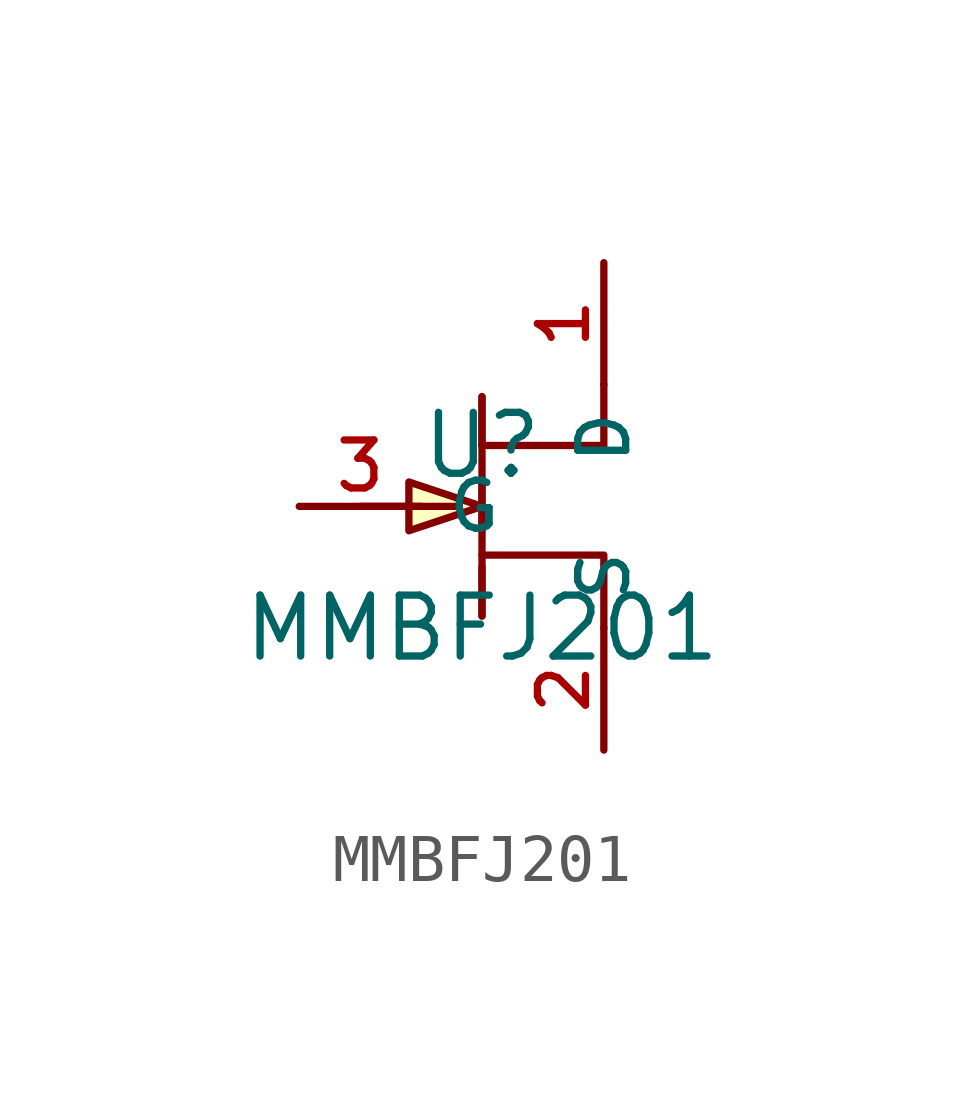
<source format=kicad_sym>
(kicad_symbol_lib
  (version 20210201)
  (generator TousstNicolas/JLC2KiCad_lib)
  (symbol "MMBFJ201"
    (property "Reference" "U"
      (at 0 1.27 0)
      (effects (font (size 1.27 1.27))))
    (property "Value" "MMBFJ201"
      (at 0 -2.54 0)
      (effects (font (size 1.27 1.27))))
    (symbol "MMBFJ201_0_1"
      (pin unspecified line (at 2.54 -5.08 90) (length 2.54) (name "S" (effects (font (size 1 1)))) (number "2" (effects (font (size 1 1)))))
      (pin unspecified line (at -3.81 -0.0 0) (length 2.54) (name "G" (effects (font (size 1 1)))) (number "3" (effects (font (size 1 1)))))
      (pin unspecified line (at 2.54 5.08 270) (length 2.54) (name "D" (effects (font (size 1 1)))) (number "1" (effects (font (size 1 1)))))
      (polyline (pts (xy -2.54 -0.0) (xy -0.508 -0.0)) (stroke (width 0) (type default) (color 0 0 0 0)) (fill (type none)))
      (polyline (pts (xy 0.0 -2.286) (xy 0.0 -1.27)) (stroke (width 0) (type default) (color 0 0 0 0)) (fill (type none)))
      (polyline (pts (xy 0.0 -0.508) (xy 0.0 0.508)) (stroke (width 0) (type default) (color 0 0 0 0)) (fill (type none)))
      (polyline (pts (xy 0.0 2.286) (xy 0.0 1.27)) (stroke (width 0) (type default) (color 0 0 0 0)) (fill (type none)))
      (polyline (pts (xy 0.0 2.286) (xy 0.0 -2.286)) (stroke (width 0) (type default) (color 0 0 0 0)) (fill (type none)))
      (polyline (pts (xy 2.54 -2.54) (xy 2.54 -1.016) (xy 0.0 -1.016)) (stroke (width 0) (type default) (color 0 0 0 0)) (fill (type none)))
      (polyline (pts (xy 0.0 1.27) (xy 2.54 1.27) (xy 2.54 2.032) (xy 2.54 2.032) (xy 2.54 2.54)) (stroke (width 0) (type default) (color 0 0 0 0)) (fill (type none)))
      (polyline (pts (xy 0.0 -0.0) (xy -1.524 0.508) (xy -1.524 -0.508) (xy 0.0 -0.0)) (stroke (width 0) (type default) (color 0 0 0 0)) (fill (type background))))))
</source>
